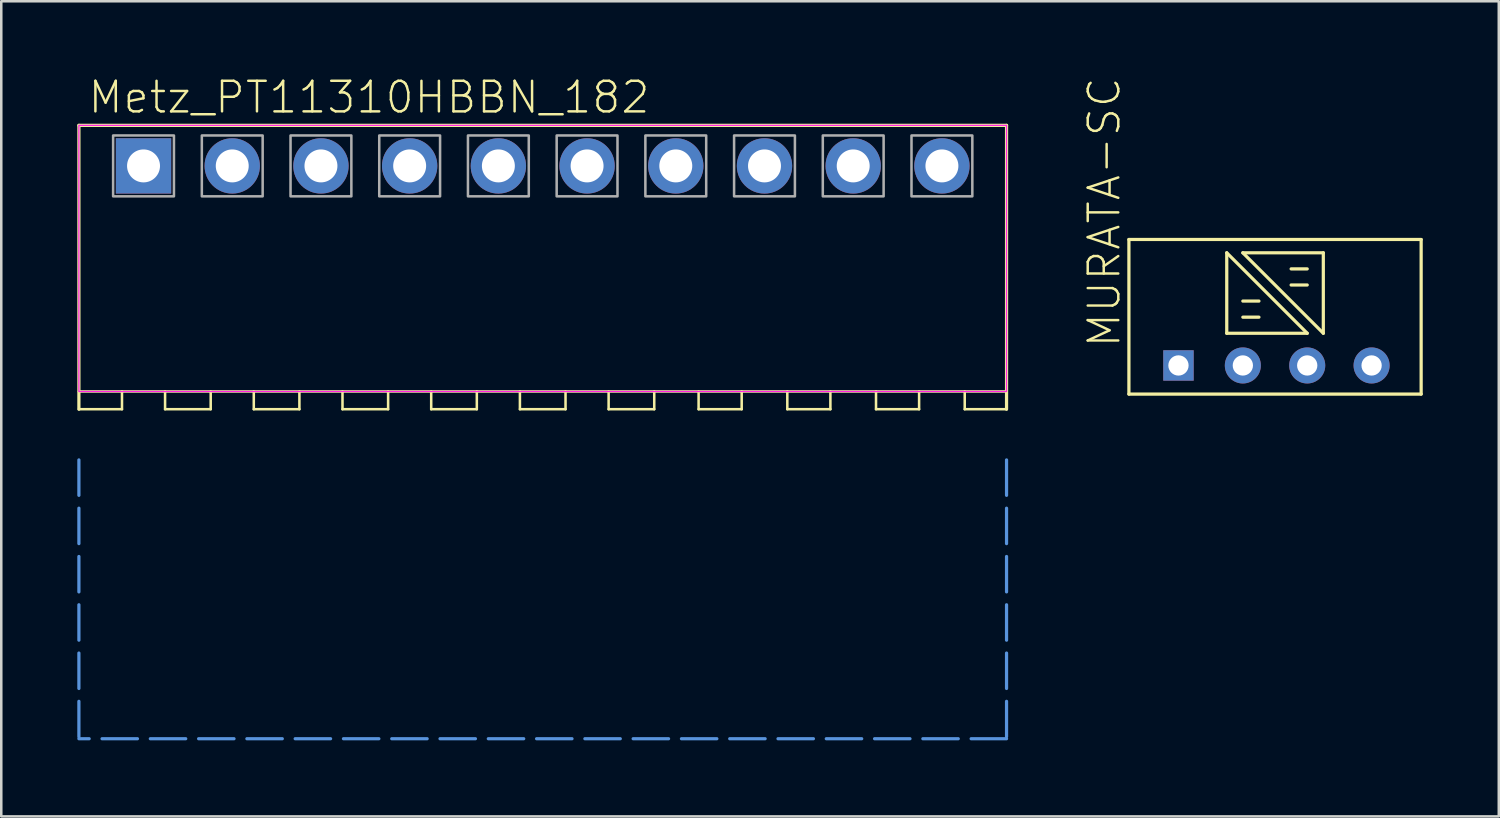
<source format=kicad_pcb>
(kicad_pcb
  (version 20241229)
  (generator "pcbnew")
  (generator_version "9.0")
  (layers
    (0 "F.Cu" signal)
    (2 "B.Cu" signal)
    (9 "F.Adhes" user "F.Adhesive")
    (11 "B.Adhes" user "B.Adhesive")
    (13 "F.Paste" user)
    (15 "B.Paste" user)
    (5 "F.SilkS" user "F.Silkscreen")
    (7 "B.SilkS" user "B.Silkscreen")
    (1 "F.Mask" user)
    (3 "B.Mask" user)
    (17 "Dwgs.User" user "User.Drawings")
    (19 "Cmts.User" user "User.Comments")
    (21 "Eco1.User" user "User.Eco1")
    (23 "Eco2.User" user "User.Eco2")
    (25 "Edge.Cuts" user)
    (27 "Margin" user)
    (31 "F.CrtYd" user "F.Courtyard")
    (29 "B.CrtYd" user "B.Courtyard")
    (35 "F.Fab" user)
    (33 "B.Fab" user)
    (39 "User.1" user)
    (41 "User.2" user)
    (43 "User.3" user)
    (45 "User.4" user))
  (footprint "Metz_PT11310HBBN_182"
    (layer "F.Cu")
    (at 18.363 3.496)
    (property "Reference" "Metz_PT11310HBBN_182" (at -18 -2 180) (layer "F.SilkS") (effects (font (size 1.206 1.206) (thickness 0.097)) (justify left bottom)))
    (attr through_hole)
    (fp_line (start -18.3 -1.6) (end 18.3 -1.6) (stroke (width 0.127) (type solid)) (layer "F.SilkS"))
    (fp_line (start -18.3 9.6) (end -18.3 -1.6) (stroke (width 0.127) (type solid)) (layer "F.SilkS"))
    (fp_line (start -18.3 9.6) (end -16.6 9.6) (stroke (width 0.1) (type default)) (layer "F.SilkS"))
    (fp_line (start -16.6 9.6) (end -16.6 8.9) (stroke (width 0.1) (type default)) (layer "F.SilkS"))
    (fp_line (start -14.9 8.9) (end -14.9 9.6) (stroke (width 0.1) (type default)) (layer "F.SilkS"))
    (fp_line (start -14.9 9.6) (end -13.1 9.6) (stroke (width 0.1) (type default)) (layer "F.SilkS"))
    (fp_line (start -13.1 9.6) (end -13.1 8.9) (stroke (width 0.1) (type default)) (layer "F.SilkS"))
    (fp_line (start -11.4 8.9) (end -11.4 9.6) (stroke (width 0.1) (type default)) (layer "F.SilkS"))
    (fp_line (start -11.4 9.6) (end -9.6 9.6) (stroke (width 0.1) (type default)) (layer "F.SilkS"))
    (fp_line (start -9.6 9.6) (end -9.6 8.9) (stroke (width 0.1) (type default)) (layer "F.SilkS"))
    (fp_line (start -7.9 8.9) (end -7.9 9.6) (stroke (width 0.1) (type default)) (layer "F.SilkS"))
    (fp_line (start -7.9 9.6) (end -6.1 9.6) (stroke (width 0.1) (type default)) (layer "F.SilkS"))
    (fp_line (start -6.1 9.6) (end -6.1 8.9) (stroke (width 0.1) (type default)) (layer "F.SilkS"))
    (fp_line (start -4.4 8.9) (end -4.4 9.6) (stroke (width 0.1) (type default)) (layer "F.SilkS"))
    (fp_line (start -4.4 9.6) (end -2.6 9.6) (stroke (width 0.1) (type default)) (layer "F.SilkS"))
    (fp_line (start -2.6 9.6) (end -2.6 8.9) (stroke (width 0.1) (type default)) (layer "F.SilkS"))
    (fp_line (start -0.9 8.9) (end -0.9 9.6) (stroke (width 0.1) (type default)) (layer "F.SilkS"))
    (fp_line (start -0.9 9.6) (end 0.9 9.6) (stroke (width 0.1) (type default)) (layer "F.SilkS"))
    (fp_line (start 0.9 9.6) (end 0.9 8.9) (stroke (width 0.1) (type default)) (layer "F.SilkS"))
    (fp_line (start 2.6 8.9) (end 2.6 9.6) (stroke (width 0.1) (type default)) (layer "F.SilkS"))
    (fp_line (start 2.6 9.6) (end 4.4 9.6) (stroke (width 0.1) (type default)) (layer "F.SilkS"))
    (fp_line (start 4.4 9.6) (end 4.4 8.9) (stroke (width 0.1) (type default)) (layer "F.SilkS"))
    (fp_line (start 6.15 8.9) (end 6.15 9.6) (stroke (width 0.1) (type default)) (layer "F.SilkS"))
    (fp_line (start 6.15 9.6) (end 7.85 9.6) (stroke (width 0.1) (type default)) (layer "F.SilkS"))
    (fp_line (start 7.85 9.6) (end 7.85 8.9) (stroke (width 0.1) (type default)) (layer "F.SilkS"))
    (fp_line (start 9.65 8.9) (end 9.65 9.6) (stroke (width 0.1) (type default)) (layer "F.SilkS"))
    (fp_line (start 9.65 9.6) (end 11.35 9.6) (stroke (width 0.1) (type default)) (layer "F.SilkS"))
    (fp_line (start 11.35 9.6) (end 11.35 8.9) (stroke (width 0.1) (type default)) (layer "F.SilkS"))
    (fp_line (start 13.15 8.9) (end 13.15 9.6) (stroke (width 0.1) (type default)) (layer "F.SilkS"))
    (fp_line (start 13.15 9.6) (end 14.85 9.6) (stroke (width 0.1) (type default)) (layer "F.SilkS"))
    (fp_line (start 14.85 9.6) (end 14.85 8.9) (stroke (width 0.1) (type default)) (layer "F.SilkS"))
    (fp_line (start 16.65 8.9) (end 16.65 9.6) (stroke (width 0.1) (type default)) (layer "F.SilkS"))
    (fp_line (start 16.65 9.6) (end 18.3 9.6) (stroke (width 0.1) (type default)) (layer "F.SilkS"))
    (fp_line (start 18.3 -1.6) (end 18.3 9.6) (stroke (width 0.127) (type solid)) (layer "F.SilkS"))
    (fp_line (start 18.3 8.9) (end -18.3 8.9) (stroke (width 0.1) (type default)) (layer "F.SilkS"))
    (fp_line (start -18.3 11.6) (end -18.3 22.6) (stroke (width 0.127) (type dash)) (layer "Cmts.User"))
    (fp_line (start 18.3 11.6) (end 18.3 22.6) (stroke (width 0.127) (type dash)) (layer "Cmts.User"))
    (fp_line (start 18.3 22.6) (end -18.3 22.6) (stroke (width 0.127) (type dash)) (layer "Cmts.User"))
    (fp_rect (start -18.3 -1.6) (end 18.3 8.9) (stroke (width 0.05) (type default)) (fill no) (layer "F.CrtYd"))
    (fp_poly (pts (xy -16.95 1.2) (xy -14.55 1.2) (xy -14.55 -1.2) (xy -16.95 -1.2)) (stroke (width 0.1) (type solid)) (fill no) (layer "F.Fab"))
    (fp_poly (pts (xy -13.45 1.2) (xy -11.05 1.2) (xy -11.05 -1.2) (xy -13.45 -1.2)) (stroke (width 0.1) (type solid)) (fill no) (layer "F.Fab"))
    (fp_poly (pts (xy -9.95 1.2) (xy -7.55 1.2) (xy -7.55 -1.2) (xy -9.95 -1.2)) (stroke (width 0.1) (type solid)) (fill no) (layer "F.Fab"))
    (fp_poly (pts (xy -6.45 1.2) (xy -4.05 1.2) (xy -4.05 -1.2) (xy -6.45 -1.2)) (stroke (width 0.1) (type solid)) (fill no) (layer "F.Fab"))
    (fp_poly (pts (xy -2.95 1.2) (xy -0.55 1.2) (xy -0.55 -1.2) (xy -2.95 -1.2)) (stroke (width 0.1) (type solid)) (fill no) (layer "F.Fab"))
    (fp_poly (pts (xy 0.55 1.2) (xy 2.95 1.2) (xy 2.95 -1.2) (xy 0.55 -1.2)) (stroke (width 0.1) (type solid)) (fill no) (layer "F.Fab"))
    (fp_poly (pts (xy 4.05 1.2) (xy 6.45 1.2) (xy 6.45 -1.2) (xy 4.05 -1.2)) (stroke (width 0.1) (type solid)) (fill no) (layer "F.Fab"))
    (fp_poly (pts (xy 7.55 1.2) (xy 9.95 1.2) (xy 9.95 -1.2) (xy 7.55 -1.2)) (stroke (width 0.1) (type solid)) (fill no) (layer "F.Fab"))
    (fp_poly (pts (xy 11.05 1.2) (xy 13.45 1.2) (xy 13.45 -1.2) (xy 11.05 -1.2)) (stroke (width 0.1) (type solid)) (fill no) (layer "F.Fab"))
    (fp_poly (pts (xy 14.55 1.2) (xy 16.95 1.2) (xy 16.95 -1.2) (xy 14.55 -1.2)) (stroke (width 0.1) (type solid)) (fill no) (layer "F.Fab"))
    (pad "1" thru_hole rect (at -15.75 0 90) (size 2.184 2.184) (drill 1.3) (layers "*.Cu" "*.Mask"))
    (pad "2" thru_hole circle (at -12.25 0 90) (size 2.184 2.184) (drill 1.3) (layers "*.Cu" "*.Mask"))
    (pad "3" thru_hole circle (at -8.75 0 90) (size 2.184 2.184) (drill 1.3) (layers "*.Cu" "*.Mask"))
    (pad "4" thru_hole circle (at -5.25 0 90) (size 2.184 2.184) (drill 1.3) (layers "*.Cu" "*.Mask"))
    (pad "5" thru_hole circle (at -1.75 0 90) (size 2.184 2.184) (drill 1.3) (layers "*.Cu" "*.Mask"))
    (pad "6" thru_hole circle (at 1.75 0 90) (size 2.184 2.184) (drill 1.3) (layers "*.Cu" "*.Mask"))
    (pad "7" thru_hole circle (at 5.25 0 90) (size 2.184 2.184) (drill 1.3) (layers "*.Cu" "*.Mask"))
    (pad "8" thru_hole circle (at 8.75 0 90) (size 2.184 2.184) (drill 1.3) (layers "*.Cu" "*.Mask"))
    (pad "9" thru_hole circle (at 12.25 0 90) (size 2.184 2.184) (drill 1.3) (layers "*.Cu" "*.Mask"))
    (pad "10" thru_hole circle (at 15.75 0 90) (size 2.184 2.184) (drill 1.3) (layers "*.Cu" "*.Mask")))
  (footprint "MURATA-SC"
    (layer "F.Cu")
    (at 47.256 11.369)
    (property "Reference" "MURATA-SC" (at -6.032 -0.635 270) (layer "F.SilkS") (effects (font (size 1.206 1.206) (thickness 0.097)) (justify left bottom)))
    (attr through_hole)
    (fp_line (start -5.765 -4.97) (end -5.765 1.13) (stroke (width 0.127) (type solid)) (layer "F.SilkS"))
    (fp_line (start -5.765 1.13) (end 5.765 1.13) (stroke (width 0.127) (type solid)) (layer "F.SilkS"))
    (fp_line (start -1.905 -4.445) (end -1.905 -1.27) (stroke (width 0.127) (type solid)) (layer "F.SilkS"))
    (fp_line (start -1.905 -1.27) (end 1.27 -1.27) (stroke (width 0.127) (type solid)) (layer "F.SilkS"))
    (fp_line (start -1.27 -4.445) (end 1.905 -1.27) (stroke (width 0.127) (type solid)) (layer "F.SilkS"))
    (fp_line (start -1.27 -2.54) (end -0.635 -2.54) (stroke (width 0.127) (type solid)) (layer "F.SilkS"))
    (fp_line (start -1.27 -1.905) (end -0.635 -1.905) (stroke (width 0.127) (type solid)) (layer "F.SilkS"))
    (fp_line (start 0.635 -3.81) (end 1.27 -3.81) (stroke (width 0.127) (type solid)) (layer "F.SilkS"))
    (fp_line (start 0.635 -3.175) (end 1.27 -3.175) (stroke (width 0.127) (type solid)) (layer "F.SilkS"))
    (fp_line (start 1.27 -1.27) (end -1.905 -4.445) (stroke (width 0.127) (type solid)) (layer "F.SilkS"))
    (fp_line (start 1.905 -4.445) (end -1.27 -4.445) (stroke (width 0.127) (type solid)) (layer "F.SilkS"))
    (fp_line (start 1.905 -1.27) (end 1.905 -4.445) (stroke (width 0.127) (type solid)) (layer "F.SilkS"))
    (fp_line (start 5.765 -4.97) (end -5.765 -4.97) (stroke (width 0.127) (type solid)) (layer "F.SilkS"))
    (fp_line (start 5.765 1.13) (end 5.765 -4.97) (stroke (width 0.127) (type solid)) (layer "F.SilkS"))
    (pad "1" thru_hole rect (at -3.81 0) (size 1.2 1.2) (drill 0.8) (layers "*.Cu" "*.Mask"))
    (pad "2" thru_hole circle (at -1.27 0 90) (size 1.422 1.422) (drill 0.8) (layers "*.Cu" "*.Mask"))
    (pad "3" thru_hole circle (at 1.27 0 90) (size 1.422 1.422) (drill 0.8) (layers "*.Cu" "*.Mask"))
    (pad "4" thru_hole circle (at 3.81 0 90) (size 1.422 1.422) (drill 0.8) (layers "*.Cu" "*.Mask")))
  (gr_rect
    (start -3 -3)
    (end 56.084 29.16)
    (stroke (width 0.1) (type default))
    (fill no)
    (layer "Edge.Cuts")))
</source>
